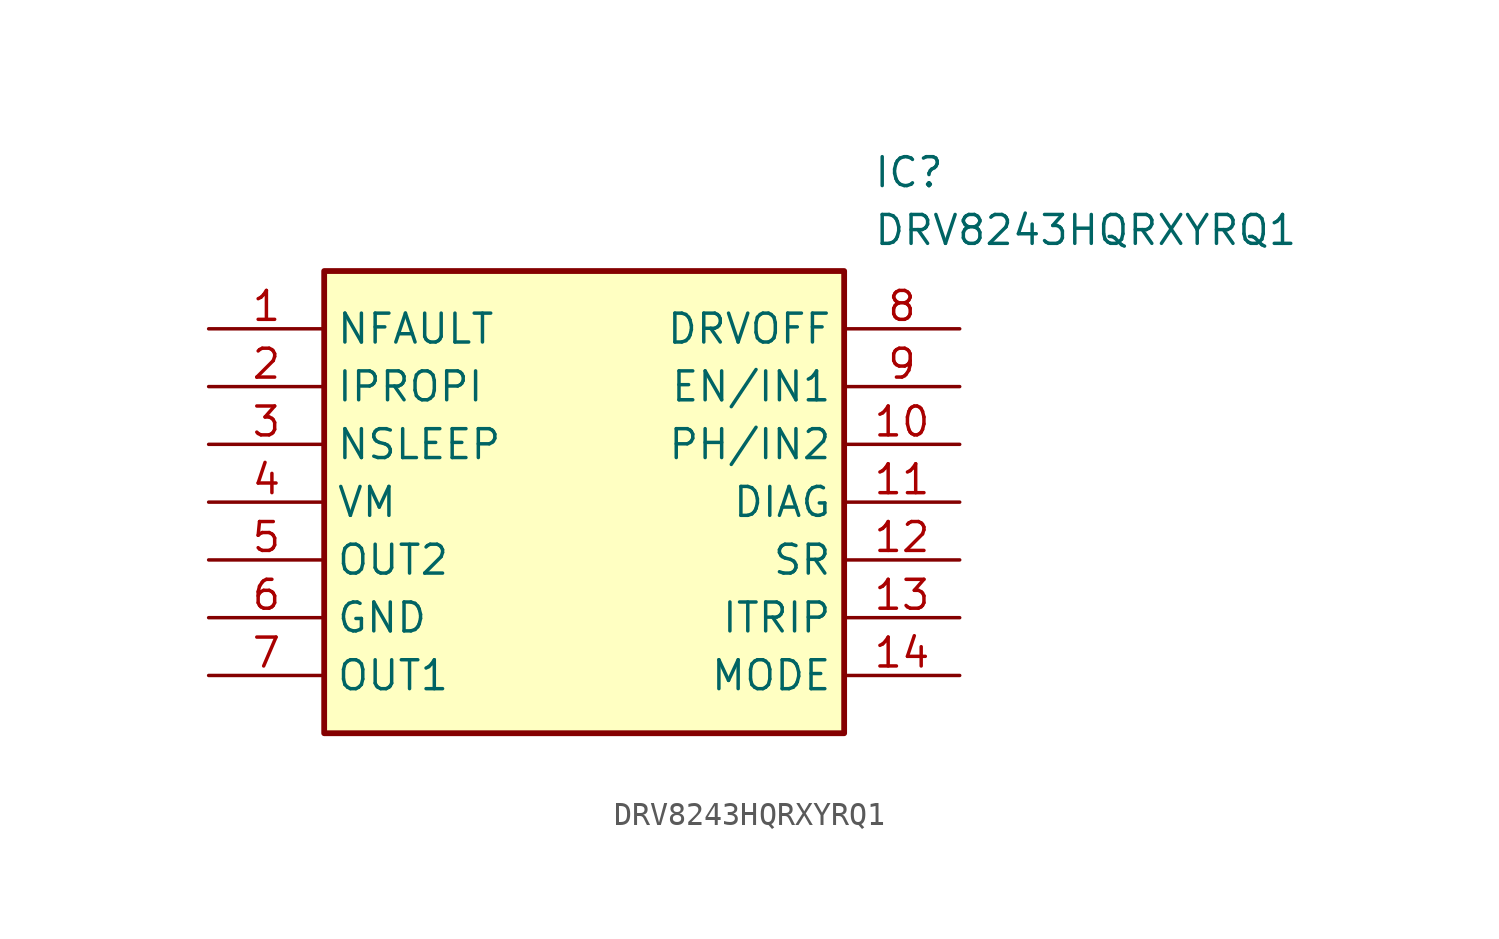
<source format=kicad_sym>
(kicad_symbol_lib
  (version 20211014)
  (generator SamacSys_ECAD_Model)
  (symbol "DRV8243HQRXYRQ1"
    (property "Reference" "IC"
      (at 29.21 7.62 0)
      (effects (font (size 1.27 1.27)) (justify left top)))
    (property "Value" "DRV8243HQRXYRQ1"
      (at 29.21 5.08 0)
      (effects (font (size 1.27 1.27)) (justify left top)))
    (rectangle
      (start 5.08 2.54)
      (end 27.94 -17.78)
      (stroke (width 0.254) (type default))
      (fill (type background)))
    (pin passive line
      (at 0 0 0)
      (length 5.08)
      (name "NFAULT" (effects (font (size 1.27 1.27))))
      (number "1" (effects (font (size 1.27 1.27)))))
    (pin passive line
      (at 0 -2.54 0)
      (length 5.08)
      (name "IPROPI" (effects (font (size 1.27 1.27))))
      (number "2" (effects (font (size 1.27 1.27)))))
    (pin passive line
      (at 0 -5.08 0)
      (length 5.08)
      (name "NSLEEP" (effects (font (size 1.27 1.27))))
      (number "3" (effects (font (size 1.27 1.27)))))
    (pin passive line
      (at 0 -7.62 0)
      (length 5.08)
      (name "VM" (effects (font (size 1.27 1.27))))
      (number "4" (effects (font (size 1.27 1.27)))))
    (pin passive line
      (at 0 -10.16 0)
      (length 5.08)
      (name "OUT2" (effects (font (size 1.27 1.27))))
      (number "5" (effects (font (size 1.27 1.27)))))
    (pin passive line
      (at 0 -12.7 0)
      (length 5.08)
      (name "GND" (effects (font (size 1.27 1.27))))
      (number "6" (effects (font (size 1.27 1.27)))))
    (pin passive line
      (at 0 -15.24 0)
      (length 5.08)
      (name "OUT1" (effects (font (size 1.27 1.27))))
      (number "7" (effects (font (size 1.27 1.27)))))
    (pin passive line
      (at 33.02 0 180)
      (length 5.08)
      (name "DRVOFF" (effects (font (size 1.27 1.27))))
      (number "8" (effects (font (size 1.27 1.27)))))
    (pin passive line
      (at 33.02 -2.54 180)
      (length 5.08)
      (name "EN/IN1" (effects (font (size 1.27 1.27))))
      (number "9" (effects (font (size 1.27 1.27)))))
    (pin passive line
      (at 33.02 -5.08 180)
      (length 5.08)
      (name "PH/IN2" (effects (font (size 1.27 1.27))))
      (number "10" (effects (font (size 1.27 1.27)))))
    (pin passive line
      (at 33.02 -7.62 180)
      (length 5.08)
      (name "DIAG" (effects (font (size 1.27 1.27))))
      (number "11" (effects (font (size 1.27 1.27)))))
    (pin passive line
      (at 33.02 -10.16 180)
      (length 5.08)
      (name "SR" (effects (font (size 1.27 1.27))))
      (number "12" (effects (font (size 1.27 1.27)))))
    (pin passive line
      (at 33.02 -12.7 180)
      (length 5.08)
      (name "ITRIP" (effects (font (size 1.27 1.27))))
      (number "13" (effects (font (size 1.27 1.27)))))
    (pin passive line
      (at 33.02 -15.24 180)
      (length 5.08)
      (name "MODE" (effects (font (size 1.27 1.27))))
      (number "14" (effects (font (size 1.27 1.27)))))))
</source>
